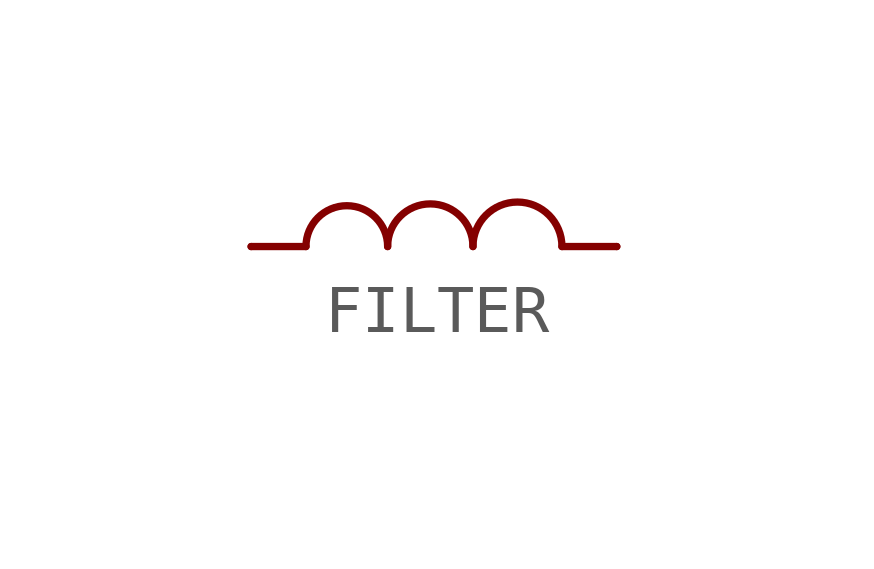
<source format=kicad_sym>
(kicad_symbol_lib
  (version 20231120)
  (generator "kicad_symbol_editor")
  (generator_version "8.0")
  (symbol "FILTER"
    (property "Reference" ""
      (at -1.384 0.94 0)
      (effects (font (size 1.016 0.864)) (justify left bottom) (hide yes)))
    (property "ki_locked" ""
      (at 0 0 0)
      (effects (font (size 1.27 1.27))))
    (symbol "FILTER_1_0"
      (polyline (pts (xy -2.54 0) (xy -1.397 0)) (stroke (width 0.152) (type solid)) (fill (type none)))
      (polyline (pts (xy 3.937 0) (xy 5.08 0)) (stroke (width 0.152) (type solid)) (fill (type none)))
      (arc (start 0.3048 0) (mid -0.5461 0.8509) (end -1.397 0) (stroke (width 0.1524) (type solid)) (fill (type none)))
      (arc (start 2.0828 0) (mid 1.1938 0.889) (end 0.3048 0) (stroke (width 0.1524) (type solid)) (fill (type none)))
      (arc (start 3.937 0) (mid 3.0099 0.9271) (end 2.0828 0) (stroke (width 0.1524) (type solid)) (fill (type none)))
      (pin bidirectional line (at -2.54 0 0) (length 0) (name "P$1" (effects (font (size 0 0)))) (number "1" (effects (font (size 0 0)))))
      (pin bidirectional line (at 5.08 0 0) (length 0) (name "P$2" (effects (font (size 0 0)))) (number "2" (effects (font (size 0 0))))))))
</source>
